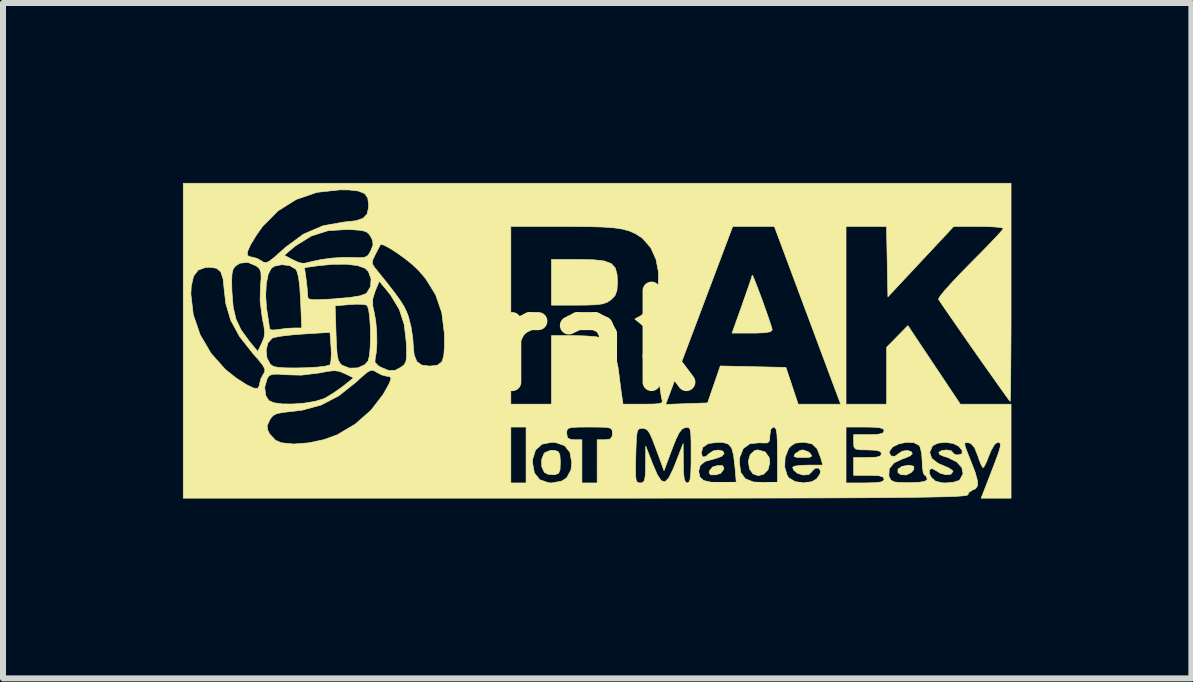
<source format=kicad_pcb>
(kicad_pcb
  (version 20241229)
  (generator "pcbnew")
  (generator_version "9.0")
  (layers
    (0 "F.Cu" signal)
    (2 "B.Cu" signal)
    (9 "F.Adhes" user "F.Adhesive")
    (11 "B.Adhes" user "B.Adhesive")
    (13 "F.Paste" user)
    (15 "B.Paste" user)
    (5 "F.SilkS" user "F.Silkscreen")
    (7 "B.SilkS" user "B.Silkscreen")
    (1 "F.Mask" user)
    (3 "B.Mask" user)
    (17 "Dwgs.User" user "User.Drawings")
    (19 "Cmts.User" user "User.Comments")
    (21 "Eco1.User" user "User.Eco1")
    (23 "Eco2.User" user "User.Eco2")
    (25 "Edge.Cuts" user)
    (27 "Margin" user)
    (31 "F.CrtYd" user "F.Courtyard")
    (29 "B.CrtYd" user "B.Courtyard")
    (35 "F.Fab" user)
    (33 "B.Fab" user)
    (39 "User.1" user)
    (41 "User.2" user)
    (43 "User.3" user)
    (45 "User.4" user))
  (footprint "rak"
    (layer "F.Cu")
    (at 6.905 2.63)
    (property "Reference" "rak" (at 0 0 0) (layer "F.SilkS") (effects (font (size 1.524 1.524) (thickness 0.3))))
    (attr through_hole)
    (fp_poly (pts (xy 2.089 2.082) (xy 2.112 2.119) (xy 2.109 2.145) (xy 2.057 2.212) (xy 1.975 2.236) (xy 1.89 2.236) (xy 1.867 2.199) (xy 1.87 2.173) (xy 1.923 2.106) (xy 2.004 2.082) (xy 2.089 2.082)) (stroke (width 0.01) (type solid)) (fill yes) (layer "F.SilkS"))
    (fp_poly (pts (xy 5.277 2.092) (xy 5.281 2.142) (xy 5.241 2.193) (xy 5.155 2.238) (xy 5.062 2.233) (xy 5.014 2.197) (xy 5.016 2.14) (xy 5.083 2.095) (xy 5.193 2.075) (xy 5.196 2.075) (xy 5.277 2.092)) (stroke (width 0.01) (type solid)) (fill yes) (layer "F.SilkS"))
    (fp_poly (pts (xy 2.801 1.853) (xy 2.868 1.948) (xy 2.879 2.032) (xy 2.849 2.149) (xy 2.777 2.224) (xy 2.686 2.25) (xy 2.597 2.219) (xy 2.54 2.138) (xy 2.52 2.008) (xy 2.553 1.897) (xy 2.628 1.83) (xy 2.679 1.82) (xy 2.801 1.853)) (stroke (width 0.01) (type solid)) (fill yes) (layer "F.SilkS"))
    (fp_poly (pts (xy 3.518 1.851) (xy 3.556 1.884) (xy 3.578 1.923) (xy 3.546 1.942) (xy 3.447 1.947) (xy 3.429 1.947) (xy 3.32 1.943) (xy 3.281 1.927) (xy 3.297 1.89) (xy 3.302 1.884) (xy 3.383 1.83) (xy 3.429 1.82) (xy 3.518 1.851)) (stroke (width 0.01) (type solid)) (fill yes) (layer "F.SilkS"))
    (fp_poly (pts (xy -0.651 1.847) (xy -0.622 1.899) (xy -0.614 2.007) (xy -0.614 2.032) (xy -0.619 2.151) (xy -0.642 2.209) (xy -0.697 2.232) (xy -0.72 2.235) (xy -0.822 2.225) (xy -0.879 2.195) (xy -0.923 2.102) (xy -0.926 1.983) (xy -0.887 1.883) (xy -0.87 1.865) (xy -0.781 1.829) (xy -0.711 1.828) (xy -0.651 1.847)) (stroke (width 0.01) (type solid)) (fill yes) (layer "F.SilkS"))
    (fp_poly (pts (xy -0.056 -1.349) (xy 0.119 -1.329) (xy 0.235 -1.285) (xy 0.302 -1.213) (xy 0.332 -1.103) (xy 0.339 -0.975) (xy 0.33 -0.838) (xy 0.297 -0.751) (xy 0.227 -0.68) (xy 0.165 -0.64) (xy 0.089 -0.614) (xy -0.019 -0.6) (xy -0.18 -0.594) (xy -0.323 -0.593) (xy -0.762 -0.593) (xy -0.762 -1.355) (xy -0.304 -1.355) (xy -0.056 -1.349)) (stroke (width 0.01) (type solid)) (fill yes) (layer "F.SilkS"))
    (fp_poly (pts (xy 2.599 -1.071) (xy 2.634 -0.987) (xy 2.683 -0.86) (xy 2.741 -0.707) (xy 2.799 -0.545) (xy 2.852 -0.394) (xy 2.893 -0.271) (xy 2.916 -0.194) (xy 2.918 -0.18) (xy 2.892 -0.151) (xy 2.801 -0.134) (xy 2.639 -0.127) (xy 2.585 -0.127) (xy 2.249 -0.127) (xy 2.416 -0.595) (xy 2.481 -0.781) (xy 2.535 -0.937) (xy 2.572 -1.046) (xy 2.585 -1.092) (xy 2.599 -1.071)) (stroke (width 0.01) (type solid)) (fill yes) (layer "F.SilkS"))
    (fp_poly (pts (xy 6.9 -0.797) (xy 6.9 -0.414) (xy 6.899 -0.059) (xy 6.897 0.26) (xy 6.895 0.533) (xy 6.893 0.753) (xy 6.89 0.911) (xy 6.887 0.998) (xy 6.885 1.012) (xy 6.848 0.964) (xy 6.772 0.859) (xy 6.666 0.709) (xy 6.537 0.527) (xy 6.394 0.325) (xy 6.245 0.113) (xy 6.099 -0.097) (xy 5.964 -0.292) (xy 5.847 -0.46) (xy 5.757 -0.591) (xy 5.703 -0.673) (xy 5.69 -0.693) (xy 5.713 -0.737) (xy 5.787 -0.829) (xy 5.904 -0.96) (xy 6.054 -1.119) (xy 6.222 -1.291) (xy 6.397 -1.467) (xy 6.549 -1.623) (xy 6.669 -1.749) (xy 6.747 -1.836) (xy 6.773 -1.873) (xy 6.734 -1.886) (xy 6.628 -1.897) (xy 6.474 -1.904) (xy 6.358 -1.905) (xy 5.944 -1.905) (xy 4.847 -0.731) (xy 4.824 -1.905) (xy 4.149 -1.905) (xy 4.149 1.058) (xy 4.826 1.058) (xy 4.826 0.109) (xy 5.18 -0.252) (xy 5.617 0.403) (xy 6.054 1.058) (xy 6.477 1.058) (xy 6.9 1.058) (xy 6.9 2.625) (xy 6.402 2.625) (xy 6.566 2.2) (xy 6.646 1.992) (xy 6.697 1.85) (xy 6.721 1.762) (xy 6.722 1.715) (xy 6.701 1.696) (xy 6.672 1.693) (xy 6.625 1.73) (xy 6.57 1.824) (xy 6.536 1.905) (xy 6.489 2.023) (xy 6.45 2.1) (xy 6.434 2.117) (xy 6.407 2.08) (xy 6.369 1.986) (xy 6.345 1.916) (xy 6.292 1.782) (xy 6.234 1.716) (xy 6.191 1.701) (xy 6.146 1.698) (xy 6.127 1.714) (xy 6.136 1.766) (xy 6.174 1.869) (xy 6.224 1.993) (xy 6.302 2.195) (xy 6.34 2.334) (xy 6.34 2.422) (xy 6.302 2.471) (xy 6.265 2.485) (xy 6.197 2.528) (xy 6.181 2.566) (xy 6.171 2.574) (xy 6.138 2.581) (xy 6.08 2.588) (xy 5.992 2.594) (xy 5.871 2.599) (xy 5.713 2.603) (xy 5.513 2.607) (xy 5.27 2.611) (xy 4.978 2.614) (xy 4.635 2.617) (xy 4.236 2.619) (xy 3.778 2.621) (xy 3.257 2.622) (xy 2.67 2.623) (xy 2.013 2.624) (xy 1.281 2.624) (xy 0.472 2.625) (xy -0.36 2.625) (xy -6.9 2.625) (xy -6.9 1.415) (xy -5.501 1.415) (xy -5.492 1.49) (xy -5.459 1.556) (xy -5.363 1.658) (xy -5.269 1.701) (xy -5.059 1.722) (xy -4.81 1.703) (xy -4.554 1.649) (xy -4.332 1.568) (xy -4.115 1.439) (xy -1.439 1.439) (xy -1.439 2.371) (xy -1.185 2.371) (xy -1.185 2.032) (xy -1.078 2.032) (xy -1.047 2.204) (xy -0.957 2.317) (xy -0.81 2.368) (xy -0.755 2.371) (xy -0.59 2.34) (xy -0.508 2.286) (xy -0.437 2.155) (xy -0.423 2.032) (xy -0.454 1.86) (xy -0.544 1.748) (xy -0.694 1.697) (xy -0.755 1.693) (xy -0.919 1.725) (xy -1.026 1.82) (xy -1.075 1.975) (xy -1.078 2.032) (xy -1.185 2.032) (xy -1.185 1.545) (xy -0.508 1.545) (xy -0.494 1.621) (xy -0.436 1.648) (xy -0.381 1.651) (xy -0.254 1.651) (xy -0.254 2.371) (xy 0 2.371) (xy 0 2.116) (xy 0.64 2.116) (xy 0.641 2.247) (xy 0.65 2.323) (xy 0.669 2.359) (xy 0.701 2.37) (xy 0.718 2.371) (xy 0.763 2.363) (xy 0.789 2.328) (xy 0.802 2.249) (xy 0.807 2.107) (xy 0.807 2.064) (xy 0.81 1.757) (xy 0.925 2.053) (xy 1.003 2.234) (xy 1.069 2.334) (xy 1.13 2.353) (xy 1.193 2.289) (xy 1.265 2.143) (xy 1.305 2.045) (xy 1.434 1.714) (xy 1.437 2.043) (xy 1.441 2.214) (xy 1.454 2.315) (xy 1.477 2.362) (xy 1.503 2.371) (xy 1.531 2.357) (xy 1.55 2.309) (xy 1.561 2.211) (xy 1.562 2.177) (xy 1.693 2.177) (xy 1.712 2.273) (xy 1.776 2.331) (xy 1.9 2.359) (xy 2.055 2.363) (xy 2.319 2.358) (xy 2.297 2.1) (xy 2.289 2.032) (xy 2.371 2.032) (xy 2.394 2.196) (xy 2.469 2.301) (xy 2.605 2.355) (xy 2.773 2.365) (xy 3.006 2.36) (xy 3.006 2.109) (xy 3.127 2.109) (xy 3.17 2.25) (xy 3.199 2.289) (xy 3.301 2.349) (xy 3.44 2.37) (xy 3.576 2.351) (xy 3.659 2.304) (xy 3.713 2.225) (xy 3.725 2.177) (xy 3.698 2.125) (xy 3.639 2.123) (xy 3.587 2.17) (xy 3.583 2.18) (xy 3.526 2.232) (xy 3.433 2.239) (xy 3.338 2.21) (xy 3.272 2.152) (xy 3.26 2.108) (xy 3.298 2.09) (xy 3.398 2.078) (xy 3.511 2.074) (xy 3.762 2.074) (xy 3.724 1.943) (xy 3.666 1.798) (xy 3.584 1.72) (xy 3.457 1.694) (xy 3.425 1.693) (xy 3.3 1.708) (xy 3.219 1.763) (xy 3.189 1.804) (xy 3.133 1.949) (xy 3.127 2.109) (xy 3.006 2.109) (xy 3.006 1.899) (xy 3.004 1.692) (xy 2.997 1.557) (xy 2.983 1.478) (xy 2.961 1.444) (xy 2.942 1.439) (xy 4.149 1.439) (xy 4.149 2.371) (xy 4.466 2.371) (xy 4.634 2.367) (xy 4.732 2.355) (xy 4.776 2.332) (xy 4.784 2.307) (xy 4.764 2.27) (xy 4.704 2.253) (xy 4.863 2.253) (xy 4.871 2.274) (xy 4.898 2.324) (xy 4.945 2.352) (xy 5.033 2.364) (xy 5.183 2.366) (xy 5.205 2.366) (xy 5.37 2.36) (xy 5.464 2.344) (xy 5.501 2.316) (xy 5.503 2.303) (xy 5.479 2.249) (xy 5.461 2.244) (xy 5.437 2.205) (xy 5.429 2.15) (xy 5.537 2.15) (xy 5.539 2.219) (xy 5.57 2.277) (xy 5.641 2.342) (xy 5.75 2.369) (xy 5.815 2.371) (xy 5.939 2.359) (xy 6.03 2.331) (xy 6.045 2.32) (xy 6.1 2.219) (xy 6.08 2.115) (xy 5.994 2.02) (xy 5.851 1.948) (xy 5.787 1.93) (xy 5.711 1.898) (xy 5.695 1.861) (xy 5.748 1.83) (xy 5.831 1.821) (xy 5.903 1.835) (xy 5.927 1.863) (xy 5.962 1.897) (xy 6.011 1.905) (xy 6.084 1.885) (xy 6.083 1.827) (xy 6.029 1.76) (xy 5.938 1.713) (xy 5.81 1.695) (xy 5.683 1.707) (xy 5.595 1.749) (xy 5.59 1.755) (xy 5.544 1.861) (xy 5.577 1.961) (xy 5.684 2.045) (xy 5.751 2.073) (xy 5.86 2.12) (xy 5.924 2.164) (xy 5.932 2.18) (xy 5.896 2.225) (xy 5.814 2.234) (xy 5.721 2.21) (xy 5.668 2.176) (xy 5.586 2.13) (xy 5.537 2.15) (xy 5.429 2.15) (xy 5.422 2.107) (xy 5.419 2.019) (xy 5.41 1.883) (xy 5.386 1.778) (xy 5.368 1.744) (xy 5.277 1.699) (xy 5.154 1.694) (xy 5.028 1.72) (xy 4.924 1.772) (xy 4.871 1.844) (xy 4.868 1.863) (xy 4.898 1.921) (xy 4.963 1.928) (xy 5.019 1.887) (xy 5.085 1.842) (xy 5.169 1.829) (xy 5.236 1.849) (xy 5.254 1.882) (xy 5.218 1.919) (xy 5.127 1.958) (xy 5.098 1.967) (xy 4.95 2.036) (xy 4.869 2.135) (xy 4.863 2.253) (xy 4.704 2.253) (xy 4.695 2.25) (xy 4.56 2.244) (xy 4.53 2.244) (xy 4.276 2.244) (xy 4.276 1.947) (xy 4.508 1.947) (xy 4.649 1.942) (xy 4.721 1.922) (xy 4.741 1.884) (xy 4.72 1.846) (xy 4.647 1.826) (xy 4.508 1.82) (xy 4.375 1.818) (xy 4.306 1.804) (xy 4.28 1.767) (xy 4.276 1.695) (xy 4.276 1.566) (xy 4.53 1.566) (xy 4.677 1.561) (xy 4.756 1.544) (xy 4.783 1.51) (xy 4.784 1.503) (xy 4.767 1.469) (xy 4.707 1.45) (xy 4.588 1.441) (xy 4.466 1.439) (xy 4.149 1.439) (xy 2.942 1.439) (xy 2.894 1.474) (xy 2.879 1.578) (xy 2.874 1.667) (xy 2.842 1.703) (xy 2.76 1.705) (xy 2.713 1.701) (xy 2.548 1.716) (xy 2.435 1.798) (xy 2.378 1.941) (xy 2.371 2.032) (xy 2.289 2.032) (xy 2.275 1.911) (xy 2.244 1.791) (xy 2.191 1.725) (xy 2.106 1.698) (xy 2.018 1.693) (xy 1.854 1.714) (xy 1.762 1.776) (xy 1.736 1.871) (xy 1.756 1.938) (xy 1.811 1.932) (xy 1.863 1.884) (xy 1.935 1.837) (xy 2.023 1.822) (xy 2.094 1.84) (xy 2.117 1.879) (xy 2.078 1.926) (xy 1.978 1.963) (xy 1.958 1.968) (xy 1.803 2.011) (xy 1.719 2.076) (xy 1.693 2.173) (xy 1.693 2.177) (xy 1.562 2.177) (xy 1.566 2.051) (xy 1.566 1.902) (xy 1.566 1.698) (xy 1.562 1.565) (xy 1.552 1.487) (xy 1.532 1.452) (xy 1.501 1.444) (xy 1.472 1.447) (xy 1.419 1.47) (xy 1.369 1.53) (xy 1.313 1.644) (xy 1.246 1.814) (xy 1.115 2.167) (xy 0.986 1.814) (xy 0.921 1.643) (xy 0.872 1.537) (xy 0.829 1.482) (xy 0.781 1.462) (xy 0.757 1.46) (xy 0.713 1.464) (xy 0.683 1.483) (xy 0.665 1.534) (xy 0.654 1.63) (xy 0.648 1.788) (xy 0.644 1.916) (xy 0.64 2.116) (xy 0 2.116) (xy 0 1.651) (xy 0.127 1.651) (xy 0.218 1.64) (xy 0.251 1.591) (xy 0.254 1.545) (xy 0.251 1.495) (xy 0.231 1.464) (xy 0.178 1.447) (xy 0.075 1.441) (xy -0.093 1.439) (xy -0.127 1.439) (xy -0.307 1.44) (xy -0.419 1.446) (xy -0.479 1.46) (xy -0.503 1.489) (xy -0.508 1.536) (xy -0.508 1.545) (xy -1.185 1.545) (xy -1.185 1.439) (xy -1.439 1.439) (xy -4.115 1.439) (xy -4.034 1.391) (xy -3.772 1.161) (xy -3.695 1.062) (xy 1.142 1.062) (xy 1.492 1.049) (xy 1.841 1.037) (xy 1.947 0.729) (xy 2.053 0.421) (xy 2.6 0.433) (xy 3.147 0.445) (xy 3.249 0.751) (xy 3.351 1.058) (xy 4.06 1.058) (xy 3.961 0.794) (xy 3.921 0.687) (xy 3.856 0.513) (xy 3.771 0.285) (xy 3.67 0.015) (xy 3.559 -0.284) (xy 3.441 -0.599) (xy 3.408 -0.688) (xy 2.954 -1.905) (xy 2.26 -1.905) (xy 1.809 -0.709) (xy 1.69 -0.393) (xy 1.575 -0.088) (xy 1.469 0.192) (xy 1.378 0.435) (xy 1.305 0.627) (xy 1.257 0.756) (xy 1.25 0.774) (xy 1.142 1.062) (xy -3.695 1.062) (xy -3.569 0.897) (xy -3.552 0.869) (xy -3.474 0.729) (xy -3.439 0.646) (xy -3.443 0.606) (xy -3.484 0.593) (xy -3.504 0.593) (xy -3.595 0.569) (xy -3.675 0.526) (xy -3.726 0.496) (xy -3.772 0.493) (xy -3.833 0.526) (xy -3.925 0.603) (xy -4.021 0.691) (xy -4.306 0.918) (xy -4.597 1.07) (xy -4.914 1.157) (xy -5.07 1.177) (xy -5.237 1.195) (xy -5.342 1.216) (xy -5.404 1.249) (xy -5.447 1.301) (xy -5.459 1.323) (xy -5.501 1.415) (xy -6.9 1.415) (xy -6.9 -0.777) (xy -6.773 -0.777) (xy -6.733 -0.434) (xy -6.618 -0.099) (xy -6.437 0.21) (xy -6.199 0.478) (xy -6.019 0.622) (xy -5.845 0.733) (xy -5.727 0.79) (xy -5.658 0.795) (xy -5.647 0.774) (xy -5.542 0.774) (xy -5.525 0.915) (xy -5.474 0.997) (xy -5.39 1.034) (xy -5.246 1.054) (xy -5.067 1.055) (xy -4.877 1.04) (xy -4.698 1.01) (xy -4.555 0.966) (xy -4.53 0.954) (xy -4.401 0.876) (xy -4.261 0.778) (xy -4.221 0.747) (xy -4.061 0.619) (xy -4.206 0.548) (xy -4.295 0.511) (xy -4.38 0.499) (xy -4.491 0.51) (xy -4.62 0.536) (xy -4.933 0.574) (xy -5.172 0.568) (xy -5.325 0.557) (xy -5.416 0.561) (xy -5.467 0.583) (xy -5.5 0.628) (xy -5.542 0.774) (xy -5.647 0.774) (xy -5.631 0.748) (xy -5.63 0.729) (xy -5.607 0.637) (xy -5.568 0.564) (xy -5.541 0.516) (xy -5.541 0.469) (xy -5.577 0.404) (xy -5.656 0.306) (xy -5.743 0.207) (xy -5.961 -0.07) (xy -6.108 -0.34) (xy -6.191 -0.621) (xy -6.216 -0.837) (xy -6.231 -0.986) (xy -6.093 -0.986) (xy -6.088 -0.808) (xy -6.067 -0.555) (xy -6.02 -0.357) (xy -5.937 -0.182) (xy -5.807 -0.002) (xy -5.792 0.017) (xy -5.658 0.179) (xy -5.648 0.158) (xy -5.518 0.158) (xy -5.505 0.286) (xy -5.45 0.391) (xy -5.397 0.429) (xy -5.315 0.445) (xy -5.18 0.453) (xy -5.012 0.454) (xy -4.834 0.45) (xy -4.668 0.44) (xy -4.536 0.425) (xy -4.461 0.406) (xy -4.454 0.401) (xy -4.438 0.339) (xy -4.432 0.222) (xy -4.436 0.11) (xy -4.454 -0.139) (xy -4.896 -0.112) (xy -5.088 -0.097) (xy -5.255 -0.078) (xy -5.373 -0.057) (xy -5.416 -0.044) (xy -5.489 0.037) (xy -5.518 0.158) (xy -5.648 0.158) (xy -5.59 0.037) (xy -5.553 -0.054) (xy -5.543 -0.14) (xy -5.557 -0.254) (xy -5.58 -0.36) (xy -5.619 -0.663) (xy -5.617 -0.756) (xy -5.526 -0.756) (xy -5.512 -0.545) (xy -5.503 -0.487) (xy -5.481 -0.346) (xy -5.466 -0.239) (xy -5.461 -0.196) (xy -5.425 -0.178) (xy -5.338 -0.183) (xy -5.329 -0.185) (xy -5.183 -0.205) (xy -5.06 -0.212) (xy -4.925 -0.212) (xy -4.94 -0.582) (xy -4.368 -0.582) (xy -4.353 -0.118) (xy -4.345 0.09) (xy -4.334 0.231) (xy -4.316 0.32) (xy -4.289 0.374) (xy -4.255 0.408) (xy -4.13 0.457) (xy -3.992 0.453) (xy -3.873 0.4) (xy -3.819 0.339) (xy -3.797 0.253) (xy -3.784 0.113) (xy -3.779 -0.058) (xy -3.782 -0.237) (xy -3.793 -0.401) (xy -3.811 -0.526) (xy -3.836 -0.591) (xy -3.896 -0.606) (xy -4.011 -0.609) (xy -4.121 -0.603) (xy -4.368 -0.582) (xy -4.94 -0.582) (xy -4.944 -0.667) (xy -4.958 -0.902) (xy -4.979 -1.064) (xy -5.007 -1.163) (xy -5.028 -1.196) (xy -5.067 -1.218) (xy -4.879 -1.218) (xy -4.852 -1.027) (xy -4.836 -0.89) (xy -4.827 -0.778) (xy -4.826 -0.752) (xy -4.821 -0.716) (xy -4.798 -0.694) (xy -4.74 -0.684) (xy -4.633 -0.684) (xy -4.463 -0.693) (xy -4.418 -0.696) (xy -3.742 -0.696) (xy -3.74 -0.574) (xy -3.721 -0.492) (xy -3.692 -0.336) (xy -3.675 -0.146) (xy -3.672 0.047) (xy -3.684 0.209) (xy -3.699 0.283) (xy -3.705 0.359) (xy -3.65 0.417) (xy -3.611 0.44) (xy -3.475 0.497) (xy -3.365 0.493) (xy -3.265 0.439) (xy -3.216 0.399) (xy -3.188 0.348) (xy -3.177 0.266) (xy -3.178 0.131) (xy -3.182 0.026) (xy -3.217 -0.272) (xy -3.299 -0.523) (xy -3.44 -0.757) (xy -3.51 -0.845) (xy -3.632 -0.992) (xy -3.7 -0.829) (xy -3.742 -0.696) (xy -4.418 -0.696) (xy -4.371 -0.699) (xy -4.124 -0.721) (xy -3.955 -0.748) (xy -3.858 -0.783) (xy -3.842 -0.795) (xy -3.778 -0.9) (xy -3.769 -1.031) (xy -3.813 -1.152) (xy -3.868 -1.207) (xy -3.991 -1.252) (xy -4.176 -1.275) (xy -4.405 -1.274) (xy -4.651 -1.25) (xy -4.879 -1.218) (xy -5.067 -1.218) (xy -5.125 -1.252) (xy -5.256 -1.268) (xy -5.379 -1.243) (xy -5.431 -1.209) (xy -5.483 -1.111) (xy -5.515 -0.952) (xy -5.526 -0.756) (xy -5.617 -0.756) (xy -5.613 -0.897) (xy -5.602 -1.051) (xy -5.606 -1.144) (xy -5.63 -1.201) (xy -5.678 -1.244) (xy -5.682 -1.246) (xy -5.771 -1.284) (xy -3.749 -1.284) (xy -3.713 -1.224) (xy -3.696 -1.203) (xy -3.517 -0.982) (xy -3.384 -0.811) (xy -3.289 -0.68) (xy -3.222 -0.575) (xy -3.177 -0.483) (xy -3.146 -0.402) (xy -3.102 -0.23) (xy -3.073 -0.035) (xy -3.068 0.052) (xy -3.051 0.235) (xy -3.006 0.348) (xy -2.923 0.407) (xy -2.791 0.423) (xy -2.79 0.423) (xy -2.665 0.409) (xy -2.594 0.357) (xy -2.58 0.334) (xy -2.556 0.241) (xy -2.545 0.083) (xy -2.547 -0.12) (xy -2.547 -0.121) (xy -2.59 -0.467) (xy -2.692 -0.766) (xy -2.861 -1.038) (xy -2.981 -1.177) (xy -3.078 -1.268) (xy -3.202 -1.368) (xy -3.334 -1.463) (xy -3.458 -1.543) (xy -3.555 -1.594) (xy -3.608 -1.606) (xy -3.612 -1.602) (xy -3.635 -1.559) (xy -3.682 -1.47) (xy -3.696 -1.442) (xy -3.743 -1.344) (xy -3.749 -1.284) (xy -5.771 -1.284) (xy -5.823 -1.306) (xy -5.957 -1.292) (xy -6.033 -1.242) (xy -6.069 -1.191) (xy -6.088 -1.112) (xy -6.093 -0.986) (xy -6.231 -0.986) (xy -6.235 -1.027) (xy -6.274 -1.147) (xy -6.345 -1.208) (xy -6.458 -1.224) (xy -6.531 -1.22) (xy -6.651 -1.178) (xy -6.728 -1.076) (xy -6.767 -0.906) (xy -6.773 -0.777) (xy -6.9 -0.777) (xy -6.9 -1.423) (xy -5.831 -1.423) (xy -5.785 -1.398) (xy -5.765 -1.397) (xy -5.671 -1.373) (xy -5.607 -1.337) (xy -5.562 -1.308) (xy -5.521 -1.301) (xy -5.468 -1.323) (xy -5.39 -1.383) (xy -5.343 -1.425) (xy -5.215 -1.425) (xy -5.074 -1.349) (xy -4.971 -1.303) (xy -4.897 -1.287) (xy -4.888 -1.288) (xy -4.825 -1.304) (xy -4.709 -1.33) (xy -4.607 -1.352) (xy -4.425 -1.377) (xy -4.218 -1.39) (xy -4.102 -1.388) (xy -3.955 -1.384) (xy -3.869 -1.393) (xy -3.819 -1.423) (xy -3.782 -1.484) (xy -3.774 -1.5) (xy -3.736 -1.6) (xy -3.746 -1.678) (xy -3.773 -1.733) (xy -3.811 -1.788) (xy -3.862 -1.822) (xy -3.948 -1.841) (xy -4.089 -1.851) (xy -4.163 -1.854) (xy -4.484 -1.835) (xy -4.765 -1.746) (xy -5.027 -1.583) (xy -5.074 -1.545) (xy -5.215 -1.425) (xy -5.343 -1.425) (xy -5.27 -1.489) (xy -5.195 -1.557) (xy -4.895 -1.777) (xy -4.595 -1.905) (xy -1.439 -1.905) (xy -1.439 1.058) (xy -0.762 1.058) (xy -0.762 -0.085) (xy -0.384 -0.085) (xy -0.199 -0.08) (xy -0.036 -0.068) (xy 0.08 -0.05) (xy 0.105 -0.043) (xy 0.213 0.041) (xy 0.293 0.2) (xy 0.347 0.437) (xy 0.357 0.508) (xy 0.378 0.675) (xy 0.399 0.836) (xy 0.408 0.9) (xy 0.431 1.058) (xy 0.77 1.058) (xy 0.939 1.056) (xy 1.037 1.049) (xy 1.082 1.031) (xy 1.087 1.001) (xy 1.082 0.987) (xy 1.067 0.915) (xy 1.047 0.782) (xy 1.026 0.609) (xy 1.015 0.5) (xy 0.979 0.223) (xy 0.927 0.015) (xy 0.854 -0.14) (xy 0.754 -0.258) (xy 0.732 -0.276) (xy 0.627 -0.362) (xy 0.731 -0.418) (xy 0.873 -0.539) (xy 0.969 -0.712) (xy 1.019 -0.918) (xy 1.023 -1.139) (xy 0.981 -1.357) (xy 0.893 -1.551) (xy 0.76 -1.704) (xy 0.731 -1.726) (xy 0.64 -1.783) (xy 0.544 -1.827) (xy 0.431 -1.859) (xy 0.287 -1.881) (xy 0.101 -1.895) (xy -0.141 -1.902) (xy -0.451 -1.905) (xy -0.557 -1.905) (xy -1.439 -1.905) (xy -4.595 -1.905) (xy -4.564 -1.918) (xy -4.216 -1.979) (xy -4.024 -2) (xy -3.902 -2.041) (xy -3.836 -2.11) (xy -3.811 -2.219) (xy -3.81 -2.268) (xy -3.824 -2.379) (xy -3.876 -2.453) (xy -3.978 -2.495) (xy -4.142 -2.514) (xy -4.293 -2.515) (xy -4.673 -2.473) (xy -5.017 -2.355) (xy -5.32 -2.165) (xy -5.577 -1.906) (xy -5.675 -1.769) (xy -5.778 -1.6) (xy -5.829 -1.487) (xy -5.831 -1.423) (xy -6.9 -1.423) (xy -6.9 -2.625) (xy 6.9 -2.625) (xy 6.9 -0.797)) (stroke (width 0.01) (type solid)) (fill yes) (layer "F.SilkS")))
  (gr_rect
    (start -3 -3)
    (end 16.811 8.259)
    (stroke (width 0.1) (type default))
    (fill no)
    (layer "Edge.Cuts")))
</source>
